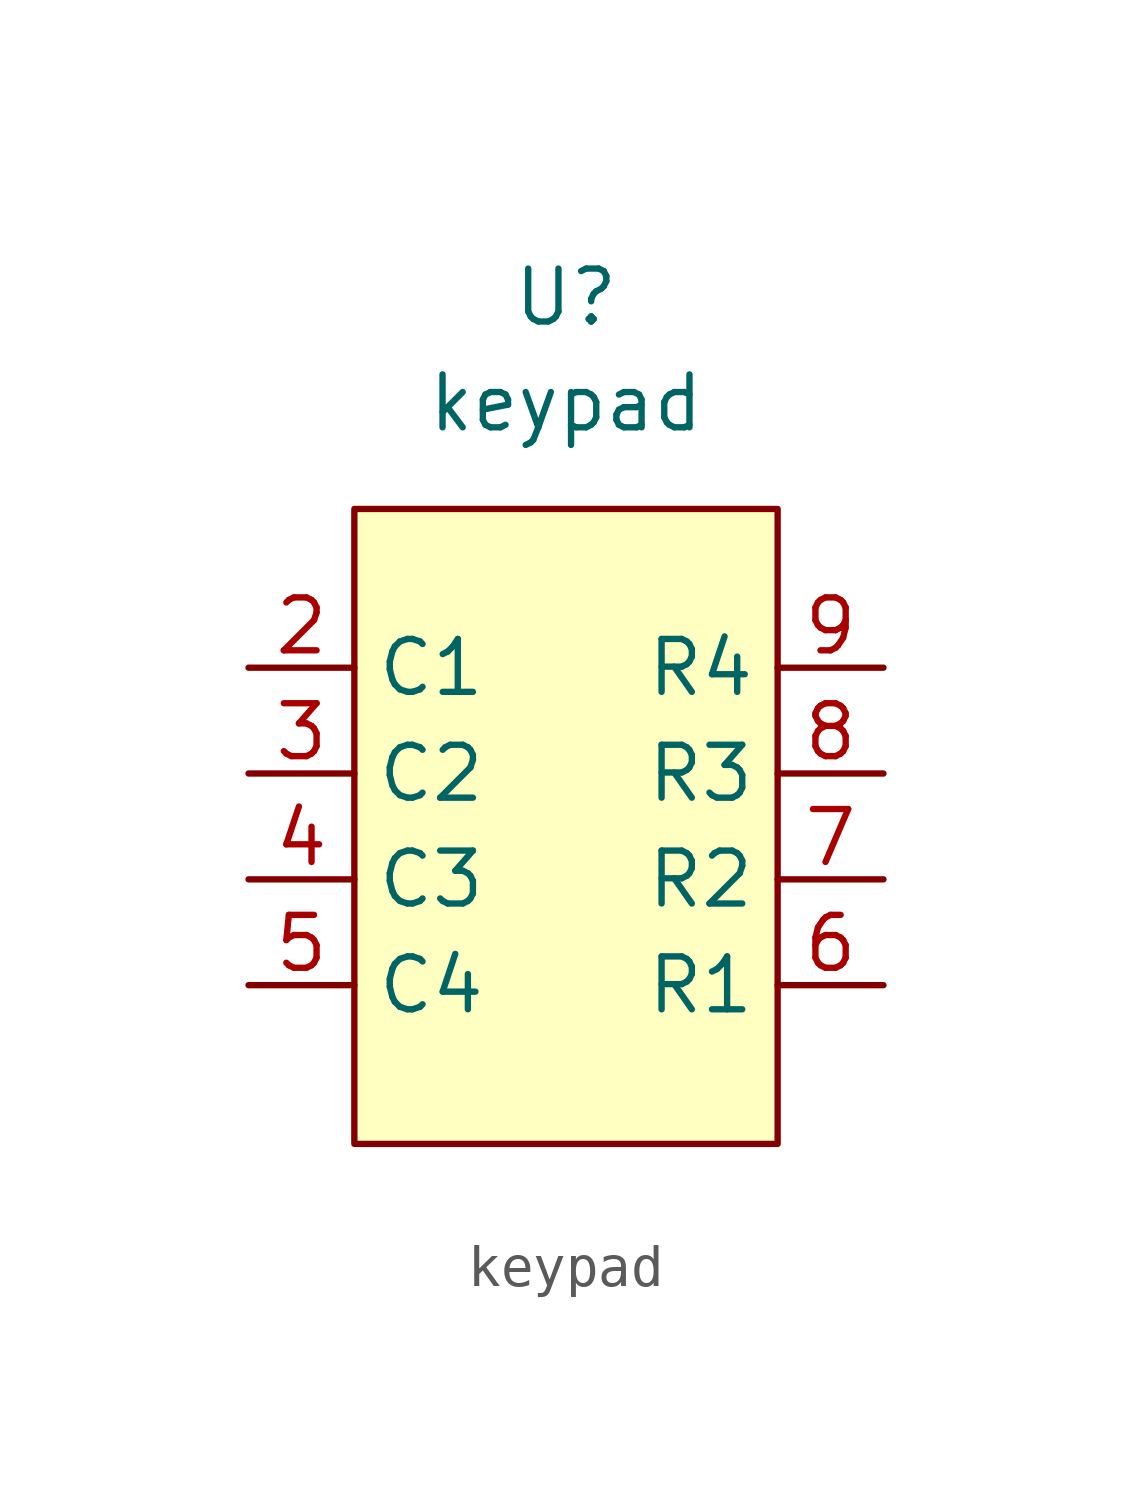
<source format=kicad_sym>
(kicad_symbol_lib
  (version 20211014)
  (generator kicad_symbol_editor)
  (symbol "keypad"
    (property "Reference" "U"
      (at 0 2.54 0)
      (effects (font (size 1.27 1.27))))
    (property "Value" "keypad"
      (at 0 0 0)
      (effects (font (size 1.27 1.27))))
    (symbol "keypad_0_1"
      (rectangle (start -5.08 -2.54) (end 5.08 -17.78) (stroke (width 0) (type default) (color 0 0 0 0)) (fill (type background))))
    (symbol "keypad_1_1"
      (pin no_connect line (at -7.62 -3.81 0) (length 2.54) hide (name "nc" (effects (font (size 1.27 1.27)))) (number "1" (effects (font (size 1.27 1.27)))))
      (pin no_connect line (at 7.62 -3.81 180) (length 2.54) hide (name "nc" (effects (font (size 1.27 1.27)))) (number "10" (effects (font (size 1.27 1.27)))))
      (pin input line (at -7.62 -6.35 0) (length 2.54) (name "C1" (effects (font (size 1.27 1.27)))) (number "2" (effects (font (size 1.27 1.27)))))
      (pin input line (at -7.62 -8.89 0) (length 2.54) (name "C2" (effects (font (size 1.27 1.27)))) (number "3" (effects (font (size 1.27 1.27)))))
      (pin input line (at -7.62 -11.43 0) (length 2.54) (name "C3" (effects (font (size 1.27 1.27)))) (number "4" (effects (font (size 1.27 1.27)))))
      (pin input line (at -7.62 -13.97 0) (length 2.54) (name "C4" (effects (font (size 1.27 1.27)))) (number "5" (effects (font (size 1.27 1.27)))))
      (pin input line (at 7.62 -13.97 180) (length 2.54) (name "R1" (effects (font (size 1.27 1.27)))) (number "6" (effects (font (size 1.27 1.27)))))
      (pin input line (at 7.62 -11.43 180) (length 2.54) (name "R2" (effects (font (size 1.27 1.27)))) (number "7" (effects (font (size 1.27 1.27)))))
      (pin input line (at 7.62 -8.89 180) (length 2.54) (name "R3" (effects (font (size 1.27 1.27)))) (number "8" (effects (font (size 1.27 1.27)))))
      (pin input line (at 7.62 -6.35 180) (length 2.54) (name "R4" (effects (font (size 1.27 1.27)))) (number "9" (effects (font (size 1.27 1.27))))))))
</source>
